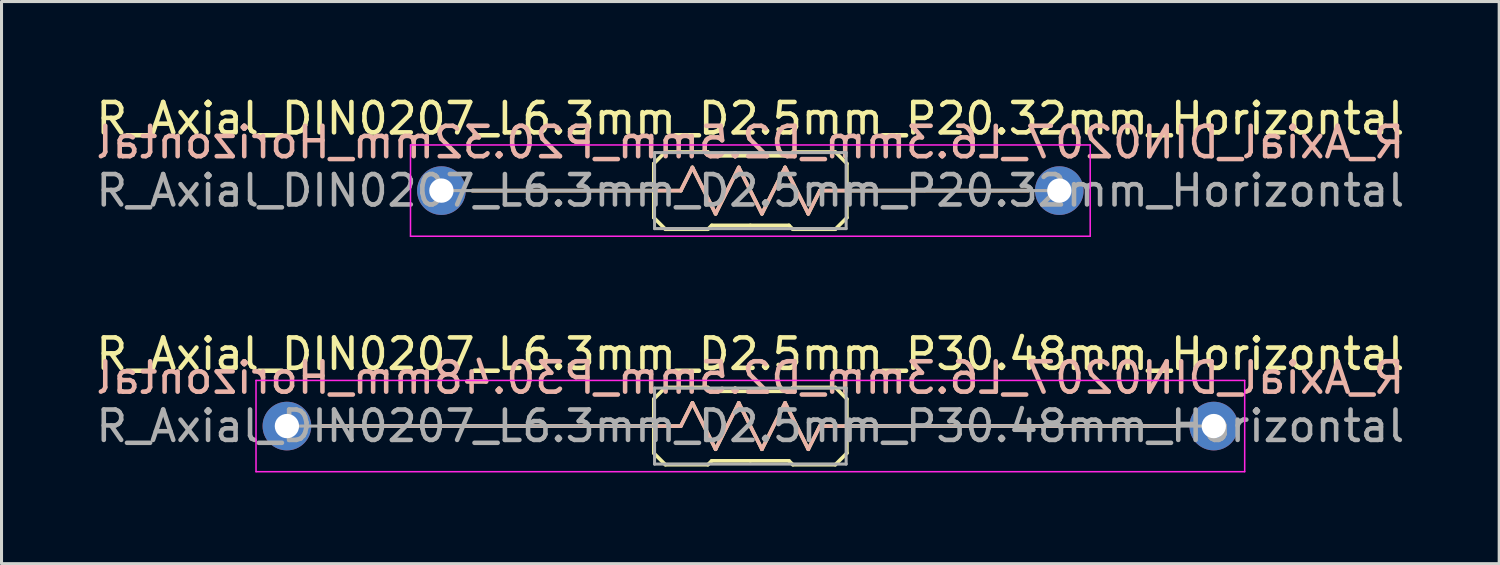
<source format=kicad_pcb>
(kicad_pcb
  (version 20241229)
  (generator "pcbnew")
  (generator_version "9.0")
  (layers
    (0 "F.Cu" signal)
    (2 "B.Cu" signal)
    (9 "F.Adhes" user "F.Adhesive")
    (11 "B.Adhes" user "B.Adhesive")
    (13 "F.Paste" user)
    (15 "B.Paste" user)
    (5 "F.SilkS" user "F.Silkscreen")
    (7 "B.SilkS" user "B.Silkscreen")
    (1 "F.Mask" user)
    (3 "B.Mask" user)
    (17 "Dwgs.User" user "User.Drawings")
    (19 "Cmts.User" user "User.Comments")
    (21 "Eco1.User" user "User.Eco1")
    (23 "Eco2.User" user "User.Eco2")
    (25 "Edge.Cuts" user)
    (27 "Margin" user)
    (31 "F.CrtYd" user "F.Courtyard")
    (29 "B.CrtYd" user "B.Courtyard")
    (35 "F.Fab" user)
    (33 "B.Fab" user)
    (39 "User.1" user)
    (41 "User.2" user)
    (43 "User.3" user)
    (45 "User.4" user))
  (footprint "R_Axial_DIN0207_L6.3mm_D2.5mm_P30.48mm_Horizontal"
    (layer "F.Cu")
    (at 14.005 10.961)
    (property "Reference" "R_Axial_DIN0207_L6.3mm_D2.5mm_P30.48mm_Horizontal" (at 7.62 -2.37 0) (layer "F.SilkS") (effects (font (size 1 1) (thickness 0.15))))
    (attr through_hole)
    (fp_line (start 4.445 -0.889) (end 4.445 0.889) (stroke (width 0.12) (type solid)) (layer "F.SilkS"))
    (fp_line (start 4.445 -0.889) (end 4.826 -1.27) (stroke (width 0.12) (type solid)) (layer "F.SilkS"))
    (fp_line (start 4.445 0) (end -6.477 0) (stroke (width 0.12) (type solid)) (layer "F.SilkS"))
    (fp_line (start 4.445 0.889) (end 4.826 1.27) (stroke (width 0.12) (type solid)) (layer "F.SilkS"))
    (fp_line (start 4.826 -1.27) (end 6.223 -1.27) (stroke (width 0.12) (type solid)) (layer "F.SilkS"))
    (fp_line (start 4.826 1.27) (end 6.223 1.27) (stroke (width 0.12) (type solid)) (layer "F.SilkS"))
    (fp_line (start 5.334 0) (end 4.445 0) (stroke (width 0.12) (type solid)) (layer "F.SilkS"))
    (fp_line (start 5.334 0) (end 5.715 -0.762) (stroke (width 0.12) (type solid)) (layer "F.SilkS"))
    (fp_line (start 5.715 -0.762) (end 6.477 0.762) (stroke (width 0.12) (type solid)) (layer "F.SilkS"))
    (fp_line (start 6.223 -1.27) (end 6.35 -1.143) (stroke (width 0.12) (type solid)) (layer "F.SilkS"))
    (fp_line (start 6.223 1.27) (end 6.35 1.143) (stroke (width 0.12) (type solid)) (layer "F.SilkS"))
    (fp_line (start 6.35 -1.143) (end 7.62 -1.143) (stroke (width 0.12) (type solid)) (layer "F.SilkS"))
    (fp_line (start 6.35 1.143) (end 7.62 1.143) (stroke (width 0.12) (type solid)) (layer "F.SilkS"))
    (fp_line (start 6.477 0.762) (end 7.239 -0.762) (stroke (width 0.12) (type solid)) (layer "F.SilkS"))
    (fp_line (start 7.239 -0.762) (end 8.001 0.762) (stroke (width 0.12) (type solid)) (layer "F.SilkS"))
    (fp_line (start 8.001 0.762) (end 8.763 -0.762) (stroke (width 0.12) (type solid)) (layer "F.SilkS"))
    (fp_line (start 8.763 -0.762) (end 9.525 0.762) (stroke (width 0.12) (type solid)) (layer "F.SilkS"))
    (fp_line (start 8.89 -1.143) (end 7.62 -1.143) (stroke (width 0.12) (type solid)) (layer "F.SilkS"))
    (fp_line (start 8.89 1.143) (end 7.62 1.143) (stroke (width 0.12) (type solid)) (layer "F.SilkS"))
    (fp_line (start 9.017 -1.27) (end 8.89 -1.143) (stroke (width 0.12) (type solid)) (layer "F.SilkS"))
    (fp_line (start 9.017 1.27) (end 8.89 1.143) (stroke (width 0.12) (type solid)) (layer "F.SilkS"))
    (fp_line (start 9.525 0.762) (end 9.906 0) (stroke (width 0.12) (type solid)) (layer "F.SilkS"))
    (fp_line (start 10.414 -1.27) (end 9.017 -1.27) (stroke (width 0.12) (type solid)) (layer "F.SilkS"))
    (fp_line (start 10.414 1.27) (end 9.017 1.27) (stroke (width 0.12) (type solid)) (layer "F.SilkS"))
    (fp_line (start 10.795 -0.889) (end 10.414 -1.27) (stroke (width 0.12) (type solid)) (layer "F.SilkS"))
    (fp_line (start 10.795 -0.889) (end 10.795 0.889) (stroke (width 0.12) (type solid)) (layer "F.SilkS"))
    (fp_line (start 10.795 0) (end 9.906 0) (stroke (width 0.12) (type solid)) (layer "F.SilkS"))
    (fp_line (start 10.795 0) (end 21.717 0) (stroke (width 0.12) (type solid)) (layer "F.SilkS"))
    (fp_line (start 10.795 0.889) (end 10.414 1.27) (stroke (width 0.12) (type solid)) (layer "F.SilkS"))
    (fp_line (start -6.477 0) (end 5.334 0) (stroke (width 0.12) (type solid)) (layer "B.SilkS"))
    (fp_line (start 5.334 0) (end 5.715 -0.762) (stroke (width 0.12) (type solid)) (layer "B.SilkS"))
    (fp_line (start 5.715 -0.762) (end 6.477 0.762) (stroke (width 0.12) (type solid)) (layer "B.SilkS"))
    (fp_line (start 6.477 0.762) (end 7.239 -0.762) (stroke (width 0.12) (type solid)) (layer "B.SilkS"))
    (fp_line (start 7.239 -0.762) (end 8.001 0.762) (stroke (width 0.12) (type solid)) (layer "B.SilkS"))
    (fp_line (start 8.001 0.762) (end 8.763 -0.762) (stroke (width 0.12) (type solid)) (layer "B.SilkS"))
    (fp_line (start 8.763 -0.762) (end 9.525 0.762) (stroke (width 0.12) (type solid)) (layer "B.SilkS"))
    (fp_line (start 9.525 0.762) (end 9.906 0) (stroke (width 0.12) (type solid)) (layer "B.SilkS"))
    (fp_line (start 9.906 0) (end 21.717 0) (stroke (width 0.12) (type solid)) (layer "B.SilkS"))
    (fp_line (start -8.636 -1.5) (end -8.636 1.5) (stroke (width 0.05) (type solid)) (layer "F.CrtYd"))
    (fp_line (start -8.636 1.5) (end 23.876 1.5) (stroke (width 0.05) (type solid)) (layer "F.CrtYd"))
    (fp_line (start 23.876 -1.5) (end -8.636 -1.5) (stroke (width 0.05) (type solid)) (layer "F.CrtYd"))
    (fp_line (start 23.876 1.5) (end 23.876 -1.5) (stroke (width 0.05) (type solid)) (layer "F.CrtYd"))
    (fp_line (start -7.62 0) (end 4.47 0) (stroke (width 0.1) (type solid)) (layer "F.Fab"))
    (fp_line (start 4.47 -1.25) (end 4.47 1.25) (stroke (width 0.1) (type solid)) (layer "F.Fab"))
    (fp_line (start 4.47 1.25) (end 10.77 1.25) (stroke (width 0.1) (type solid)) (layer "F.Fab"))
    (fp_line (start 10.77 -1.25) (end 4.47 -1.25) (stroke (width 0.1) (type solid)) (layer "F.Fab"))
    (fp_line (start 10.77 1.25) (end 10.77 -1.25) (stroke (width 0.1) (type solid)) (layer "F.Fab"))
    (fp_line (start 22.86 0) (end 10.77 0) (stroke (width 0.1) (type solid)) (layer "F.Fab"))
    (fp_text user "${REFERENCE}" (at 7.62 -1.587 0) (unlocked yes) (layer "B.SilkS") (effects (font (size 1 1) (thickness 0.15)) (justify mirror)))
    (fp_text user "${REFERENCE}" (at 7.62 0 0) (layer "F.Fab") (effects (font (size 1 1) (thickness 0.15))))
    (pad "1" thru_hole circle (at -7.62 0) (size 1.6 1.6) (drill 0.8) (layers "*.Cu" "*.Mask"))
    (pad "2" thru_hole oval (at 22.86 0) (size 1.6 1.6) (drill 0.8) (layers "*.Cu" "*.Mask")))
  (footprint "R_Axial_DIN0207_L6.3mm_D2.5mm_P20.32mm_Horizontal"
    (layer "F.Cu")
    (at 14.005 3.218)
    (property "Reference" "R_Axial_DIN0207_L6.3mm_D2.5mm_P20.32mm_Horizontal" (at 7.62 -2.37 0) (layer "F.SilkS") (effects (font (size 1 1) (thickness 0.15))))
    (attr through_hole)
    (fp_line (start 4.445 -0.889) (end 4.445 0.889) (stroke (width 0.12) (type solid)) (layer "F.SilkS"))
    (fp_line (start 4.445 -0.889) (end 4.826 -1.27) (stroke (width 0.12) (type solid)) (layer "F.SilkS"))
    (fp_line (start 4.445 0) (end -1.524 0) (stroke (width 0.12) (type solid)) (layer "F.SilkS"))
    (fp_line (start 4.445 0.889) (end 4.826 1.27) (stroke (width 0.12) (type solid)) (layer "F.SilkS"))
    (fp_line (start 4.826 -1.27) (end 6.223 -1.27) (stroke (width 0.12) (type solid)) (layer "F.SilkS"))
    (fp_line (start 4.826 1.27) (end 6.223 1.27) (stroke (width 0.12) (type solid)) (layer "F.SilkS"))
    (fp_line (start 5.334 0) (end 4.445 0) (stroke (width 0.12) (type solid)) (layer "F.SilkS"))
    (fp_line (start 5.334 0) (end 5.715 -0.762) (stroke (width 0.12) (type solid)) (layer "F.SilkS"))
    (fp_line (start 5.715 -0.762) (end 6.477 0.762) (stroke (width 0.12) (type solid)) (layer "F.SilkS"))
    (fp_line (start 6.223 -1.27) (end 6.35 -1.143) (stroke (width 0.12) (type solid)) (layer "F.SilkS"))
    (fp_line (start 6.223 1.27) (end 6.35 1.143) (stroke (width 0.12) (type solid)) (layer "F.SilkS"))
    (fp_line (start 6.35 -1.143) (end 7.62 -1.143) (stroke (width 0.12) (type solid)) (layer "F.SilkS"))
    (fp_line (start 6.35 1.143) (end 7.62 1.143) (stroke (width 0.12) (type solid)) (layer "F.SilkS"))
    (fp_line (start 6.477 0.762) (end 7.239 -0.762) (stroke (width 0.12) (type solid)) (layer "F.SilkS"))
    (fp_line (start 7.239 -0.762) (end 8.001 0.762) (stroke (width 0.12) (type solid)) (layer "F.SilkS"))
    (fp_line (start 8.001 0.762) (end 8.763 -0.762) (stroke (width 0.12) (type solid)) (layer "F.SilkS"))
    (fp_line (start 8.763 -0.762) (end 9.525 0.762) (stroke (width 0.12) (type solid)) (layer "F.SilkS"))
    (fp_line (start 8.89 -1.143) (end 7.62 -1.143) (stroke (width 0.12) (type solid)) (layer "F.SilkS"))
    (fp_line (start 8.89 1.143) (end 7.62 1.143) (stroke (width 0.12) (type solid)) (layer "F.SilkS"))
    (fp_line (start 9.017 -1.27) (end 8.89 -1.143) (stroke (width 0.12) (type solid)) (layer "F.SilkS"))
    (fp_line (start 9.017 1.27) (end 8.89 1.143) (stroke (width 0.12) (type solid)) (layer "F.SilkS"))
    (fp_line (start 9.525 0.762) (end 9.906 0) (stroke (width 0.12) (type solid)) (layer "F.SilkS"))
    (fp_line (start 10.414 -1.27) (end 9.017 -1.27) (stroke (width 0.12) (type solid)) (layer "F.SilkS"))
    (fp_line (start 10.414 1.27) (end 9.017 1.27) (stroke (width 0.12) (type solid)) (layer "F.SilkS"))
    (fp_line (start 10.795 -0.889) (end 10.414 -1.27) (stroke (width 0.12) (type solid)) (layer "F.SilkS"))
    (fp_line (start 10.795 -0.889) (end 10.795 0.889) (stroke (width 0.12) (type solid)) (layer "F.SilkS"))
    (fp_line (start 10.795 0) (end 9.906 0) (stroke (width 0.12) (type solid)) (layer "F.SilkS"))
    (fp_line (start 10.795 0) (end 16.764 0) (stroke (width 0.12) (type solid)) (layer "F.SilkS"))
    (fp_line (start 10.795 0.889) (end 10.414 1.27) (stroke (width 0.12) (type solid)) (layer "F.SilkS"))
    (fp_line (start -1.524 0) (end 5.334 0) (stroke (width 0.12) (type solid)) (layer "B.SilkS"))
    (fp_line (start 5.334 0) (end 5.715 -0.762) (stroke (width 0.12) (type solid)) (layer "B.SilkS"))
    (fp_line (start 5.715 -0.762) (end 6.477 0.762) (stroke (width 0.12) (type solid)) (layer "B.SilkS"))
    (fp_line (start 6.477 0.762) (end 7.239 -0.762) (stroke (width 0.12) (type solid)) (layer "B.SilkS"))
    (fp_line (start 7.239 -0.762) (end 8.001 0.762) (stroke (width 0.12) (type solid)) (layer "B.SilkS"))
    (fp_line (start 8.001 0.762) (end 8.763 -0.762) (stroke (width 0.12) (type solid)) (layer "B.SilkS"))
    (fp_line (start 8.763 -0.762) (end 9.525 0.762) (stroke (width 0.12) (type solid)) (layer "B.SilkS"))
    (fp_line (start 9.525 0.762) (end 9.906 0) (stroke (width 0.12) (type solid)) (layer "B.SilkS"))
    (fp_line (start 9.906 0) (end 16.764 0) (stroke (width 0.12) (type solid)) (layer "B.SilkS"))
    (fp_line (start -3.556 -1.5) (end -3.556 1.5) (stroke (width 0.05) (type solid)) (layer "F.CrtYd"))
    (fp_line (start -3.556 1.5) (end 18.796 1.5) (stroke (width 0.05) (type solid)) (layer "F.CrtYd"))
    (fp_line (start 18.796 -1.5) (end -3.556 -1.5) (stroke (width 0.05) (type solid)) (layer "F.CrtYd"))
    (fp_line (start 18.796 1.5) (end 18.796 -1.5) (stroke (width 0.05) (type solid)) (layer "F.CrtYd"))
    (fp_line (start -2.54 0) (end 4.47 0) (stroke (width 0.1) (type solid)) (layer "F.Fab"))
    (fp_line (start 4.47 -1.25) (end 4.47 1.25) (stroke (width 0.1) (type solid)) (layer "F.Fab"))
    (fp_line (start 4.47 1.25) (end 10.77 1.25) (stroke (width 0.1) (type solid)) (layer "F.Fab"))
    (fp_line (start 10.77 -1.25) (end 4.47 -1.25) (stroke (width 0.1) (type solid)) (layer "F.Fab"))
    (fp_line (start 10.77 1.25) (end 10.77 -1.25) (stroke (width 0.1) (type solid)) (layer "F.Fab"))
    (fp_line (start 17.78 0) (end 10.77 0) (stroke (width 0.1) (type solid)) (layer "F.Fab"))
    (fp_text user "${REFERENCE}" (at 7.62 -1.587 0) (unlocked yes) (layer "B.SilkS") (effects (font (size 1 1) (thickness 0.15)) (justify mirror)))
    (fp_text user "${REFERENCE}" (at 7.62 0 0) (layer "F.Fab") (effects (font (size 1 1) (thickness 0.15))))
    (pad "1" thru_hole circle (at -2.54 0) (size 1.6 1.6) (drill 0.8) (layers "*.Cu" "*.Mask"))
    (pad "2" thru_hole oval (at 17.78 0) (size 1.6 1.6) (drill 0.8) (layers "*.Cu" "*.Mask")))
  (gr_rect
    (start -3 -3)
    (end 46.25 15.486)
    (stroke (width 0.1) (type default))
    (fill no)
    (layer "Edge.Cuts")))
</source>
